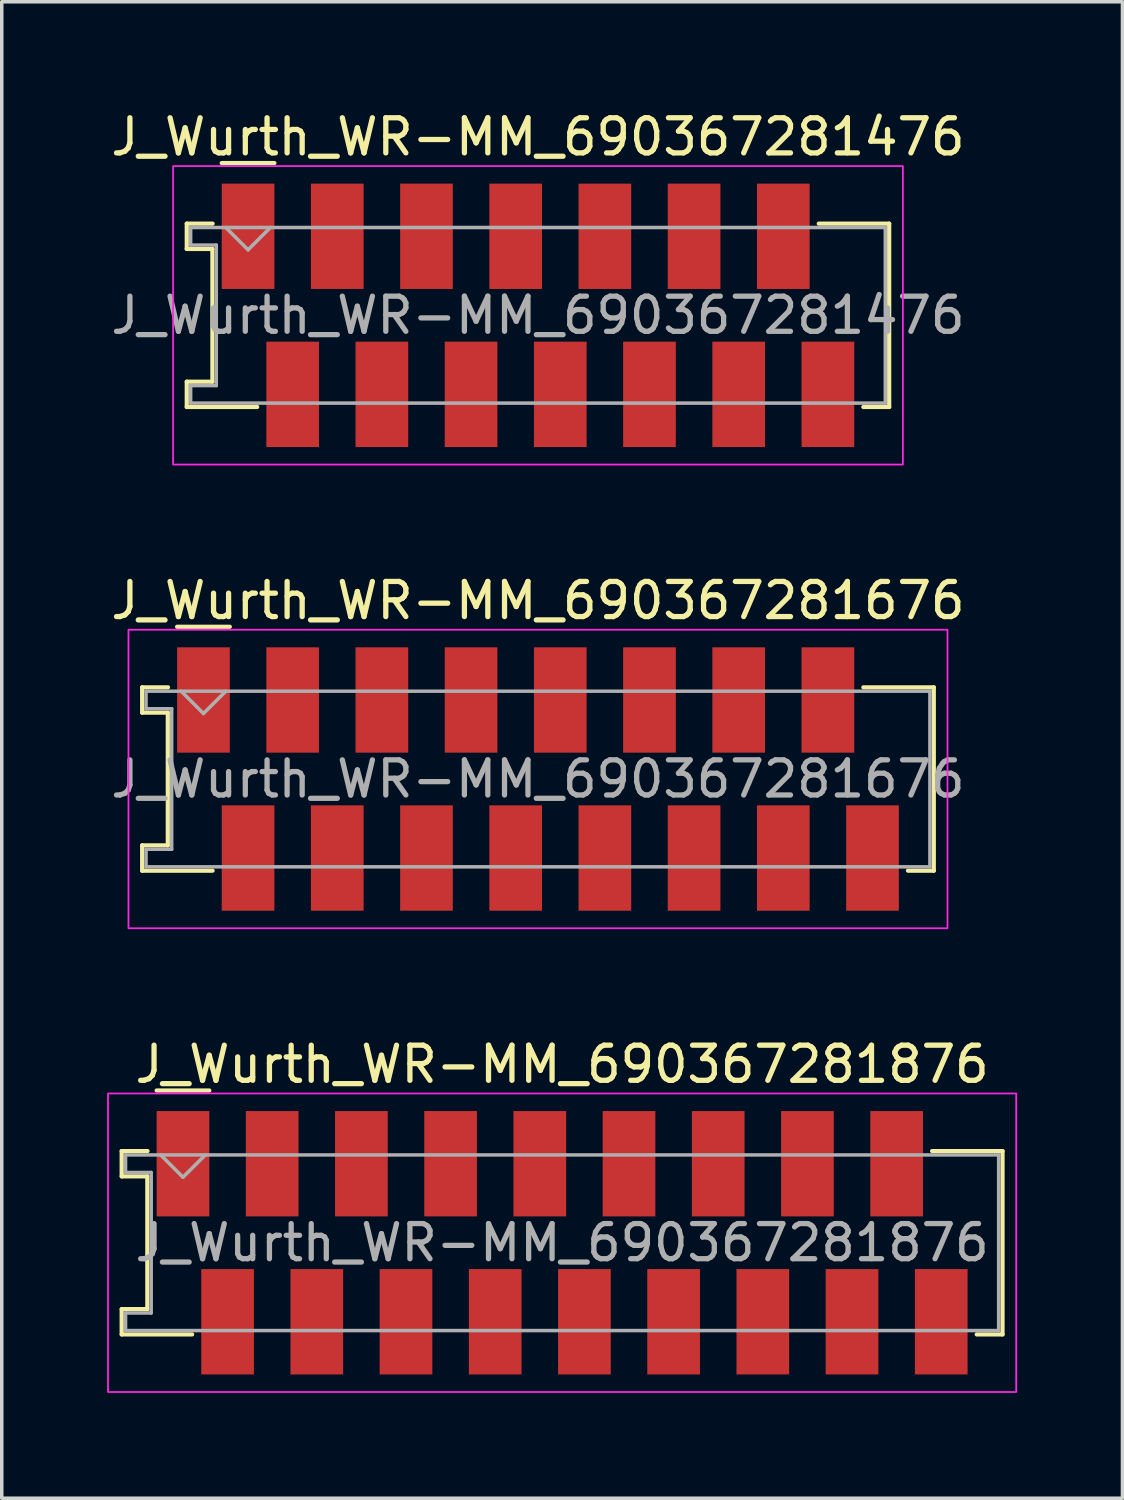
<source format=kicad_pcb>
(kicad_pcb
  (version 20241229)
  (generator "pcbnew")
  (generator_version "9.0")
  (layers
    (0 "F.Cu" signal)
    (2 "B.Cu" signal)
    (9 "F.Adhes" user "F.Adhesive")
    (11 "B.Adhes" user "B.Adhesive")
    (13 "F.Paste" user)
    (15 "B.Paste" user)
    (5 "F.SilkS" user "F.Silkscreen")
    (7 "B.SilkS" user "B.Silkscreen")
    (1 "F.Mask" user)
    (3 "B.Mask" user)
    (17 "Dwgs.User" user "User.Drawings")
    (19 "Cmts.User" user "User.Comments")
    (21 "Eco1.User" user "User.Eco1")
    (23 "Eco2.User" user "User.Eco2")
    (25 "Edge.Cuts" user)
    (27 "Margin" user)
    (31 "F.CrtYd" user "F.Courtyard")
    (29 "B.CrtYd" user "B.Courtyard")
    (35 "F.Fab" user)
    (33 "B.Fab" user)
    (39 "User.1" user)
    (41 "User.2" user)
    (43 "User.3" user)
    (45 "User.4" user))
  (footprint "J_Wurth_WR-MM_690367281676"
    (layer "F.Cu")
    (at 12.268 19.131)
    (property "Reference" "J_Wurth_WR-MM_690367281676" (at 0 -5.08 0) (unlocked yes) (layer "F.SilkS") (effects (font (size 1 1) (thickness 0.15))))
    (attr smd)
    (fp_line (start -11.27 -2.61) (end -11.27 -1.89) (stroke (width 0.12) (type solid)) (layer "F.SilkS"))
    (fp_line (start -11.27 -2.61) (end -10.535 -2.61) (stroke (width 0.12) (type solid)) (layer "F.SilkS"))
    (fp_line (start -11.27 -1.89) (end -10.54 -1.89) (stroke (width 0.12) (type solid)) (layer "F.SilkS"))
    (fp_line (start -11.27 1.89) (end -11.27 2.61) (stroke (width 0.12) (type solid)) (layer "F.SilkS"))
    (fp_line (start -11.27 1.89) (end -10.54 1.89) (stroke (width 0.12) (type solid)) (layer "F.SilkS"))
    (fp_line (start -11.27 2.61) (end -9.265 2.61) (stroke (width 0.12) (type solid)) (layer "F.SilkS"))
    (fp_line (start -10.54 -1.89) (end -10.54 1.89) (stroke (width 0.12) (type solid)) (layer "F.SilkS"))
    (fp_line (start -10.275 -4.335) (end -8.775 -4.335) (stroke (width 0.12) (type solid)) (layer "F.SilkS"))
    (fp_line (start 9.265 -2.61) (end 11.27 -2.61) (stroke (width 0.12) (type solid)) (layer "F.SilkS"))
    (fp_line (start 10.535 2.61) (end 11.27 2.61) (stroke (width 0.12) (type solid)) (layer "F.SilkS"))
    (fp_line (start 11.27 -2.61) (end 11.27 2.61) (stroke (width 0.12) (type solid)) (layer "F.SilkS"))
    (fp_rect (start -11.66 -4.25) (end 11.66 4.25) (stroke (width 0.05) (type solid)) (fill no) (layer "F.CrtYd"))
    (fp_line (start -11.16 -2.5) (end -11.16 -2) (stroke (width 0.1) (type solid)) (layer "F.Fab"))
    (fp_line (start -11.16 -2.5) (end 11.16 -2.5) (stroke (width 0.1) (type default)) (layer "F.Fab"))
    (fp_line (start -11.16 -2) (end -10.43 -2) (stroke (width 0.1) (type solid)) (layer "F.Fab"))
    (fp_line (start -11.16 2) (end -11.16 2.5) (stroke (width 0.1) (type solid)) (layer "F.Fab"))
    (fp_line (start -11.16 2) (end -10.43 2) (stroke (width 0.1) (type solid)) (layer "F.Fab"))
    (fp_line (start -10.43 -2) (end -10.43 2) (stroke (width 0.1) (type default)) (layer "F.Fab"))
    (fp_line (start -10.16 -2.5) (end -9.525 -1.865) (stroke (width 0.1) (type default)) (layer "F.Fab"))
    (fp_line (start -9.525 -1.865) (end -8.89 -2.5) (stroke (width 0.1) (type default)) (layer "F.Fab"))
    (fp_line (start 11.16 -2.5) (end 11.16 2.5) (stroke (width 0.1) (type default)) (layer "F.Fab"))
    (fp_line (start 11.16 2.5) (end -11.16 2.5) (stroke (width 0.1) (type default)) (layer "F.Fab"))
    (fp_text user "${REFERENCE}" (at 0 0 0) (unlocked yes) (layer "F.Fab") (effects (font (size 1 1) (thickness 0.15))))
    (pad "1" smd rect (at -9.525 -2.25) (size 1.5 3) (layers "F.Cu" "F.Mask" "F.Paste"))
    (pad "2" smd rect (at -8.255 2.25) (size 1.5 3) (layers "F.Cu" "F.Mask" "F.Paste"))
    (pad "3" smd rect (at -6.985 -2.25) (size 1.5 3) (layers "F.Cu" "F.Mask" "F.Paste"))
    (pad "4" smd rect (at -5.715 2.25) (size 1.5 3) (layers "F.Cu" "F.Mask" "F.Paste"))
    (pad "5" smd rect (at -4.445 -2.25) (size 1.5 3) (layers "F.Cu" "F.Mask" "F.Paste"))
    (pad "6" smd rect (at -3.175 2.25) (size 1.5 3) (layers "F.Cu" "F.Mask" "F.Paste"))
    (pad "7" smd rect (at -1.905 -2.25) (size 1.5 3) (layers "F.Cu" "F.Mask" "F.Paste"))
    (pad "8" smd rect (at -0.635 2.25) (size 1.5 3) (layers "F.Cu" "F.Mask" "F.Paste"))
    (pad "9" smd rect (at 0.635 -2.25) (size 1.5 3) (layers "F.Cu" "F.Mask" "F.Paste"))
    (pad "10" smd rect (at 1.905 2.25) (size 1.5 3) (layers "F.Cu" "F.Mask" "F.Paste"))
    (pad "11" smd rect (at 3.175 -2.25) (size 1.5 3) (layers "F.Cu" "F.Mask" "F.Paste"))
    (pad "12" smd rect (at 4.445 2.25) (size 1.5 3) (layers "F.Cu" "F.Mask" "F.Paste"))
    (pad "13" smd rect (at 5.715 -2.25) (size 1.5 3) (layers "F.Cu" "F.Mask" "F.Paste"))
    (pad "14" smd rect (at 6.985 2.25) (size 1.5 3) (layers "F.Cu" "F.Mask" "F.Paste"))
    (pad "15" smd rect (at 8.255 -2.25) (size 1.5 3) (layers "F.Cu" "F.Mask" "F.Paste"))
    (pad "16" smd rect (at 9.525 2.25) (size 1.5 3) (layers "F.Cu" "F.Mask" "F.Paste")))
  (footprint "J_Wurth_WR-MM_690367281476"
    (layer "F.Cu")
    (at 12.268 5.928)
    (property "Reference" "J_Wurth_WR-MM_690367281476" (at 0 -5.08 0) (unlocked yes) (layer "F.SilkS") (effects (font (size 1 1) (thickness 0.15))))
    (attr smd)
    (fp_line (start -10 -2.61) (end -10 -1.89) (stroke (width 0.12) (type solid)) (layer "F.SilkS"))
    (fp_line (start -10 -2.61) (end -9.265 -2.61) (stroke (width 0.12) (type solid)) (layer "F.SilkS"))
    (fp_line (start -10 -1.89) (end -9.27 -1.89) (stroke (width 0.12) (type solid)) (layer "F.SilkS"))
    (fp_line (start -10 1.89) (end -10 2.61) (stroke (width 0.12) (type solid)) (layer "F.SilkS"))
    (fp_line (start -10 1.89) (end -9.27 1.89) (stroke (width 0.12) (type solid)) (layer "F.SilkS"))
    (fp_line (start -10 2.61) (end -7.995 2.61) (stroke (width 0.12) (type solid)) (layer "F.SilkS"))
    (fp_line (start -9.27 -1.89) (end -9.27 1.89) (stroke (width 0.12) (type solid)) (layer "F.SilkS"))
    (fp_line (start -9.005 -4.335) (end -7.505 -4.335) (stroke (width 0.12) (type solid)) (layer "F.SilkS"))
    (fp_line (start 7.995 -2.61) (end 10 -2.61) (stroke (width 0.12) (type solid)) (layer "F.SilkS"))
    (fp_line (start 9.265 2.61) (end 10 2.61) (stroke (width 0.12) (type solid)) (layer "F.SilkS"))
    (fp_line (start 10 -2.61) (end 10 2.61) (stroke (width 0.12) (type solid)) (layer "F.SilkS"))
    (fp_rect (start -10.39 -4.25) (end 10.39 4.25) (stroke (width 0.05) (type solid)) (fill no) (layer "F.CrtYd"))
    (fp_line (start -9.89 -2.5) (end -9.89 -2) (stroke (width 0.1) (type solid)) (layer "F.Fab"))
    (fp_line (start -9.89 -2.5) (end 9.89 -2.5) (stroke (width 0.1) (type default)) (layer "F.Fab"))
    (fp_line (start -9.89 -2) (end -9.16 -2) (stroke (width 0.1) (type solid)) (layer "F.Fab"))
    (fp_line (start -9.89 2) (end -9.89 2.5) (stroke (width 0.1) (type solid)) (layer "F.Fab"))
    (fp_line (start -9.89 2) (end -9.16 2) (stroke (width 0.1) (type solid)) (layer "F.Fab"))
    (fp_line (start -9.16 -2) (end -9.16 2) (stroke (width 0.1) (type default)) (layer "F.Fab"))
    (fp_line (start -8.89 -2.5) (end -8.255 -1.865) (stroke (width 0.1) (type default)) (layer "F.Fab"))
    (fp_line (start -8.255 -1.865) (end -7.62 -2.5) (stroke (width 0.1) (type default)) (layer "F.Fab"))
    (fp_line (start 9.89 -2.5) (end 9.89 2.5) (stroke (width 0.1) (type default)) (layer "F.Fab"))
    (fp_line (start 9.89 2.5) (end -9.89 2.5) (stroke (width 0.1) (type default)) (layer "F.Fab"))
    (fp_text user "${REFERENCE}" (at 0 0 0) (unlocked yes) (layer "F.Fab") (effects (font (size 1 1) (thickness 0.15))))
    (pad "1" smd rect (at -8.255 -2.25) (size 1.5 3) (layers "F.Cu" "F.Mask" "F.Paste"))
    (pad "2" smd rect (at -6.985 2.25) (size 1.5 3) (layers "F.Cu" "F.Mask" "F.Paste"))
    (pad "3" smd rect (at -5.715 -2.25) (size 1.5 3) (layers "F.Cu" "F.Mask" "F.Paste"))
    (pad "4" smd rect (at -4.445 2.25) (size 1.5 3) (layers "F.Cu" "F.Mask" "F.Paste"))
    (pad "5" smd rect (at -3.175 -2.25) (size 1.5 3) (layers "F.Cu" "F.Mask" "F.Paste"))
    (pad "6" smd rect (at -1.905 2.25) (size 1.5 3) (layers "F.Cu" "F.Mask" "F.Paste"))
    (pad "7" smd rect (at -0.635 -2.25) (size 1.5 3) (layers "F.Cu" "F.Mask" "F.Paste"))
    (pad "8" smd rect (at 0.635 2.25) (size 1.5 3) (layers "F.Cu" "F.Mask" "F.Paste"))
    (pad "9" smd rect (at 1.905 -2.25) (size 1.5 3) (layers "F.Cu" "F.Mask" "F.Paste"))
    (pad "10" smd rect (at 3.175 2.25) (size 1.5 3) (layers "F.Cu" "F.Mask" "F.Paste"))
    (pad "11" smd rect (at 4.445 -2.25) (size 1.5 3) (layers "F.Cu" "F.Mask" "F.Paste"))
    (pad "12" smd rect (at 5.715 2.25) (size 1.5 3) (layers "F.Cu" "F.Mask" "F.Paste"))
    (pad "13" smd rect (at 6.985 -2.25) (size 1.5 3) (layers "F.Cu" "F.Mask" "F.Paste"))
    (pad "14" smd rect (at 8.255 2.25) (size 1.5 3) (layers "F.Cu" "F.Mask" "F.Paste")))
  (footprint "J_Wurth_WR-MM_690367281876"
    (layer "F.Cu")
    (at 12.955 32.335)
    (property "Reference" "J_Wurth_WR-MM_690367281876" (at 0 -5.08 0) (unlocked yes) (layer "F.SilkS") (effects (font (size 1 1) (thickness 0.15))))
    (attr smd)
    (fp_line (start -12.54 -2.61) (end -12.54 -1.89) (stroke (width 0.12) (type solid)) (layer "F.SilkS"))
    (fp_line (start -12.54 -2.61) (end -11.805 -2.61) (stroke (width 0.12) (type solid)) (layer "F.SilkS"))
    (fp_line (start -12.54 -1.89) (end -11.81 -1.89) (stroke (width 0.12) (type solid)) (layer "F.SilkS"))
    (fp_line (start -12.54 1.89) (end -12.54 2.61) (stroke (width 0.12) (type solid)) (layer "F.SilkS"))
    (fp_line (start -12.54 1.89) (end -11.81 1.89) (stroke (width 0.12) (type solid)) (layer "F.SilkS"))
    (fp_line (start -12.54 2.61) (end -10.535 2.61) (stroke (width 0.12) (type solid)) (layer "F.SilkS"))
    (fp_line (start -11.81 -1.89) (end -11.81 1.89) (stroke (width 0.12) (type solid)) (layer "F.SilkS"))
    (fp_line (start -11.545 -4.335) (end -10.045 -4.335) (stroke (width 0.12) (type solid)) (layer "F.SilkS"))
    (fp_line (start 10.535 -2.61) (end 12.54 -2.61) (stroke (width 0.12) (type solid)) (layer "F.SilkS"))
    (fp_line (start 11.805 2.61) (end 12.54 2.61) (stroke (width 0.12) (type solid)) (layer "F.SilkS"))
    (fp_line (start 12.54 -2.61) (end 12.54 2.61) (stroke (width 0.12) (type solid)) (layer "F.SilkS"))
    (fp_rect (start -12.93 -4.25) (end 12.93 4.25) (stroke (width 0.05) (type solid)) (fill no) (layer "F.CrtYd"))
    (fp_line (start -12.43 -2.5) (end -12.43 -2) (stroke (width 0.1) (type solid)) (layer "F.Fab"))
    (fp_line (start -12.43 -2.5) (end 12.43 -2.5) (stroke (width 0.1) (type default)) (layer "F.Fab"))
    (fp_line (start -12.43 -2) (end -11.7 -2) (stroke (width 0.1) (type solid)) (layer "F.Fab"))
    (fp_line (start -12.43 2) (end -12.43 2.5) (stroke (width 0.1) (type solid)) (layer "F.Fab"))
    (fp_line (start -12.43 2) (end -11.7 2) (stroke (width 0.1) (type solid)) (layer "F.Fab"))
    (fp_line (start -11.7 -2) (end -11.7 2) (stroke (width 0.1) (type default)) (layer "F.Fab"))
    (fp_line (start -11.43 -2.5) (end -10.795 -1.865) (stroke (width 0.1) (type default)) (layer "F.Fab"))
    (fp_line (start -10.795 -1.865) (end -10.16 -2.5) (stroke (width 0.1) (type default)) (layer "F.Fab"))
    (fp_line (start 12.43 -2.5) (end 12.43 2.5) (stroke (width 0.1) (type default)) (layer "F.Fab"))
    (fp_line (start 12.43 2.5) (end -12.43 2.5) (stroke (width 0.1) (type default)) (layer "F.Fab"))
    (fp_text user "${REFERENCE}" (at 0 0 0) (unlocked yes) (layer "F.Fab") (effects (font (size 1 1) (thickness 0.15))))
    (pad "1" smd rect (at -10.795 -2.25) (size 1.5 3) (layers "F.Cu" "F.Mask" "F.Paste"))
    (pad "2" smd rect (at -9.525 2.25) (size 1.5 3) (layers "F.Cu" "F.Mask" "F.Paste"))
    (pad "3" smd rect (at -8.255 -2.25) (size 1.5 3) (layers "F.Cu" "F.Mask" "F.Paste"))
    (pad "4" smd rect (at -6.985 2.25) (size 1.5 3) (layers "F.Cu" "F.Mask" "F.Paste"))
    (pad "5" smd rect (at -5.715 -2.25) (size 1.5 3) (layers "F.Cu" "F.Mask" "F.Paste"))
    (pad "6" smd rect (at -4.445 2.25) (size 1.5 3) (layers "F.Cu" "F.Mask" "F.Paste"))
    (pad "7" smd rect (at -3.175 -2.25) (size 1.5 3) (layers "F.Cu" "F.Mask" "F.Paste"))
    (pad "8" smd rect (at -1.905 2.25) (size 1.5 3) (layers "F.Cu" "F.Mask" "F.Paste"))
    (pad "9" smd rect (at -0.635 -2.25) (size 1.5 3) (layers "F.Cu" "F.Mask" "F.Paste"))
    (pad "10" smd rect (at 0.635 2.25) (size 1.5 3) (layers "F.Cu" "F.Mask" "F.Paste"))
    (pad "11" smd rect (at 1.905 -2.25) (size 1.5 3) (layers "F.Cu" "F.Mask" "F.Paste"))
    (pad "12" smd rect (at 3.175 2.25) (size 1.5 3) (layers "F.Cu" "F.Mask" "F.Paste"))
    (pad "13" smd rect (at 4.445 -2.25) (size 1.5 3) (layers "F.Cu" "F.Mask" "F.Paste"))
    (pad "14" smd rect (at 5.715 2.25) (size 1.5 3) (layers "F.Cu" "F.Mask" "F.Paste"))
    (pad "15" smd rect (at 6.985 -2.25) (size 1.5 3) (layers "F.Cu" "F.Mask" "F.Paste"))
    (pad "16" smd rect (at 8.255 2.25) (size 1.5 3) (layers "F.Cu" "F.Mask" "F.Paste"))
    (pad "17" smd rect (at 9.525 -2.25) (size 1.5 3) (layers "F.Cu" "F.Mask" "F.Paste"))
    (pad "18" smd rect (at 10.795 2.25) (size 1.5 3) (layers "F.Cu" "F.Mask" "F.Paste")))
  (gr_rect
    (start -3 -3)
    (end 28.91 39.61)
    (stroke (width 0.1) (type default))
    (fill no)
    (layer "Edge.Cuts")))
</source>
